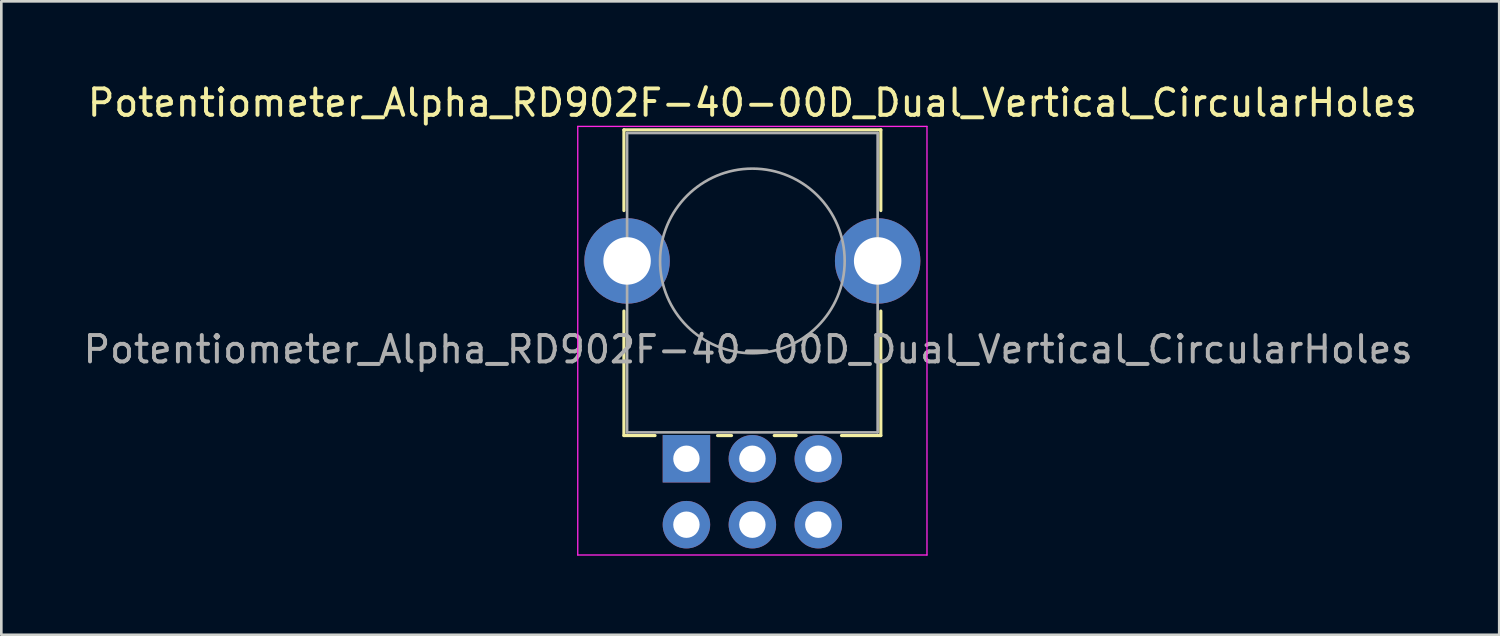
<source format=kicad_pcb>
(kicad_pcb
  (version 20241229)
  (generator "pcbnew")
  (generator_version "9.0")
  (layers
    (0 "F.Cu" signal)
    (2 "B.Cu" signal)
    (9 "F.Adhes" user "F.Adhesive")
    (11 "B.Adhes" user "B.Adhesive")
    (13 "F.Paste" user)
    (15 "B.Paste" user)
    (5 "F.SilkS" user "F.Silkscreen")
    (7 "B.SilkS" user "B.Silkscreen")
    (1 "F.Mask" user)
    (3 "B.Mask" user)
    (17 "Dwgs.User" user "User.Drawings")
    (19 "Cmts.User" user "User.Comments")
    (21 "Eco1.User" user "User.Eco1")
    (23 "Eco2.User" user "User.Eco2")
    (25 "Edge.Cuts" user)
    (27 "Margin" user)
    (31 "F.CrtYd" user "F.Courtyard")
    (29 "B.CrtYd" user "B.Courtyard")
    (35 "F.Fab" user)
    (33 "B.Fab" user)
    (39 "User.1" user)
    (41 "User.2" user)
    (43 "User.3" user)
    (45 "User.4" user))
  (footprint "Potentiometer_Alpha_RD902F-40-00D_Dual_Vertical_CircularHoles"
    (layer "F.Cu")
    (at 25.475 6.843)
    (property "Reference" "Potentiometer_Alpha_RD902F-40-00D_Dual_Vertical_CircularHoles" (at 0 -5.995 0) (layer "F.SilkS") (effects (font (size 1 1) (thickness 0.15))))
    (attr through_hole)
    (fp_line (start -4.87 -1.91) (end -4.87 -4.97) (stroke (width 0.12) (type solid)) (layer "F.SilkS"))
    (fp_line (start -4.87 6.62) (end -4.87 1.9) (stroke (width 0.12) (type solid)) (layer "F.SilkS"))
    (fp_line (start -3.69 6.62) (end -4.87 6.62) (stroke (width 0.12) (type solid)) (layer "F.SilkS"))
    (fp_line (start -0.79 6.62) (end -1.32 6.62) (stroke (width 0.12) (type solid)) (layer "F.SilkS"))
    (fp_line (start 1.66 6.62) (end 0.83 6.62) (stroke (width 0.12) (type solid)) (layer "F.SilkS"))
    (fp_line (start 4.87 -4.97) (end -4.87 -4.97) (stroke (width 0.12) (type solid)) (layer "F.SilkS"))
    (fp_line (start 4.87 -1.91) (end 4.87 -4.97) (stroke (width 0.12) (type solid)) (layer "F.SilkS"))
    (fp_line (start 4.87 6.62) (end 3.38 6.62) (stroke (width 0.12) (type solid)) (layer "F.SilkS"))
    (fp_line (start 4.87 6.62) (end 4.87 1.9) (stroke (width 0.12) (type solid)) (layer "F.SilkS"))
    (fp_line (start -6.62 -5.1) (end -6.62 11.15) (stroke (width 0.05) (type solid)) (layer "F.CrtYd"))
    (fp_line (start -6.62 11.15) (end 6.62 11.15) (stroke (width 0.05) (type solid)) (layer "F.CrtYd"))
    (fp_line (start 6.62 -5.1) (end -6.62 -5.1) (stroke (width 0.05) (type solid)) (layer "F.CrtYd"))
    (fp_line (start 6.62 11.15) (end 6.62 -5.1) (stroke (width 0.05) (type solid)) (layer "F.CrtYd"))
    (fp_line (start -4.75 6.5) (end -4.75 -4.85) (stroke (width 0.1) (type solid)) (layer "F.Fab"))
    (fp_line (start 4.75 -4.85) (end -4.75 -4.85) (stroke (width 0.1) (type solid)) (layer "F.Fab"))
    (fp_line (start 4.75 6.5) (end -4.75 6.5) (stroke (width 0.1) (type solid)) (layer "F.Fab"))
    (fp_line (start 4.75 6.5) (end 4.75 -4.85) (stroke (width 0.1) (type solid)) (layer "F.Fab"))
    (fp_circle (center 0 0) (end -3.5 0) (stroke (width 0.1) (type solid)) (fill no) (layer "F.Fab"))
    (fp_text user "${REFERENCE}" (at -0.16 3.355 180) (layer "F.Fab") (effects (font (size 1 1) (thickness 0.15))))
    (pad "" thru_hole circle (at -4.75 0 180) (size 3.24 3.24) (drill 1.8) (layers "*.Cu" "*.Mask"))
    (pad "" thru_hole circle (at 4.75 0 180) (size 3.24 3.24) (drill 1.8) (layers "*.Cu" "*.Mask"))
    (pad "1" thru_hole rect (at -2.5 7.5 180) (size 1.8 1.8) (drill 1) (layers "*.Cu" "*.Mask"))
    (pad "2" thru_hole circle (at 0 7.5 180) (size 1.8 1.8) (drill 1) (layers "*.Cu" "*.Mask"))
    (pad "3" thru_hole circle (at 2.5 7.5 180) (size 1.8 1.8) (drill 1) (layers "*.Cu" "*.Mask"))
    (pad "4" thru_hole circle (at -2.5 10 180) (size 1.8 1.8) (drill 1) (layers "*.Cu" "*.Mask"))
    (pad "5" thru_hole circle (at 0 10 180) (size 1.8 1.8) (drill 1) (layers "*.Cu" "*.Mask"))
    (pad "6" thru_hole circle (at 2.5 10 180) (size 1.8 1.8) (drill 1) (layers "*.Cu" "*.Mask")))
  (gr_rect
    (start -3 -3)
    (end 53.791 21.018)
    (stroke (width 0.1) (type default))
    (fill no)
    (layer "Edge.Cuts")))
</source>
